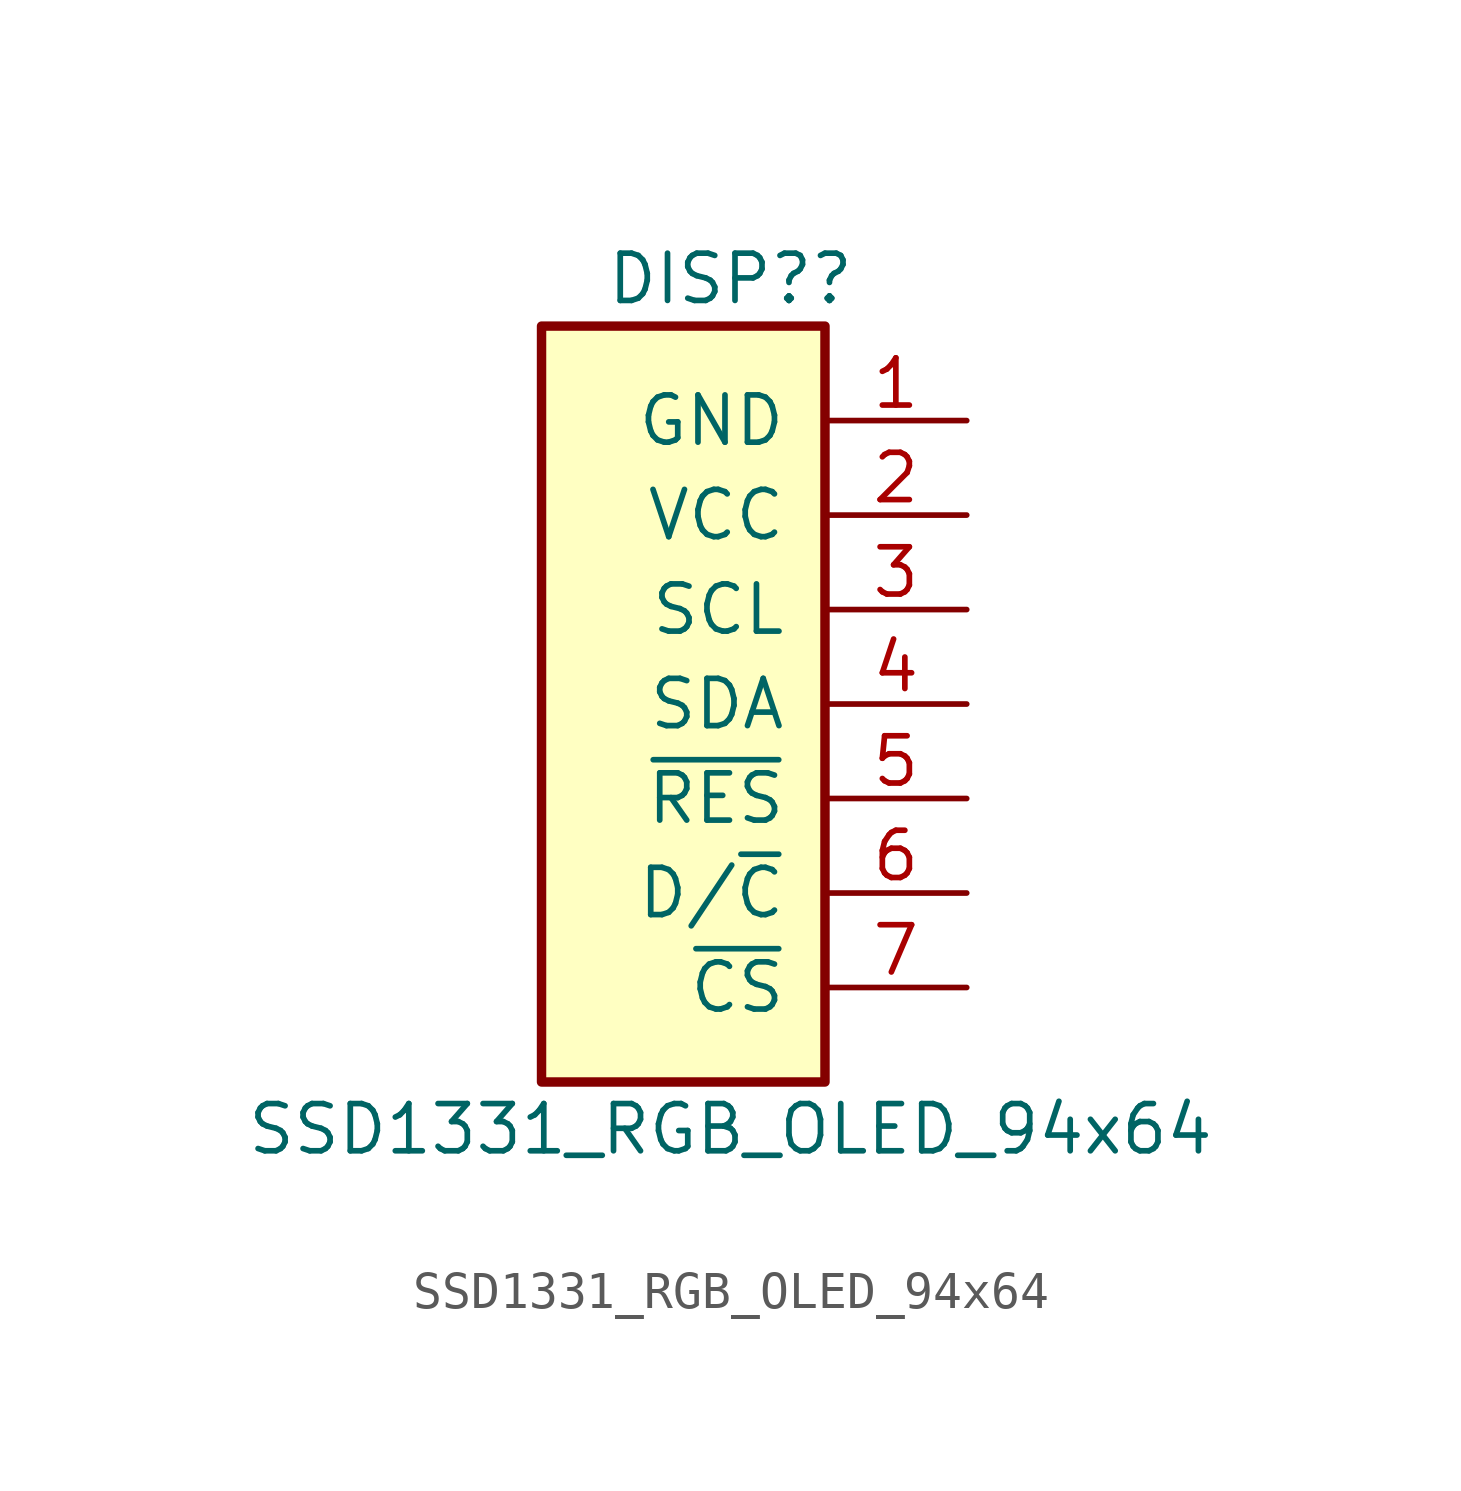
<source format=kicad_sym>
(kicad_symbol_lib
  (version 20211014)
  (generator kicad_symbol_editor)
  (symbol "SSD1331_RGB_OLED_94x64"
    (pin_names
      (offset 1.016))
    (property "Reference" "DISP?"
      (at 1.27 10.16 0)
      (effects (font (size 1.27 1.27))))
    (property "Value" "SSD1331_RGB_OLED_94x64"
      (at 1.27 -12.7 0)
      (effects (font (size 1.27 1.27))))
    (symbol "SSD1331_RGB_OLED_94x64_1_1"
      (rectangle (start -3.81 8.89) (end 3.81 -11.43) (stroke (width 0.254) (type default) (color 0 0 0 0)) (fill (type background)))
      (pin power_in line (at 7.62 6.35 180) (length 3.81) (name "GND" (effects (font (size 1.27 1.27)))) (number "1" (effects (font (size 1.27 1.27)))))
      (pin power_in line (at 7.62 3.81 180) (length 3.81) (name "VCC" (effects (font (size 1.27 1.27)))) (number "2" (effects (font (size 1.27 1.27)))))
      (pin input line (at 7.62 1.27 180) (length 3.81) (name "SCL" (effects (font (size 1.27 1.27)))) (number "3" (effects (font (size 1.27 1.27)))))
      (pin input line (at 7.62 -1.27 180) (length 3.81) (name "SDA" (effects (font (size 1.27 1.27)))) (number "4" (effects (font (size 1.27 1.27)))))
      (pin input line (at 7.62 -3.81 180) (length 3.81) (name "~{RES}" (effects (font (size 1.27 1.27)))) (number "5" (effects (font (size 1.27 1.27)))))
      (pin input line (at 7.62 -6.35 180) (length 3.81) (name "D/~{C}" (effects (font (size 1.27 1.27)))) (number "6" (effects (font (size 1.27 1.27)))))
      (pin input line (at 7.62 -8.89 180) (length 3.81) (name "~{CS}" (effects (font (size 1.27 1.27)))) (number "7" (effects (font (size 1.27 1.27))))))))
</source>
